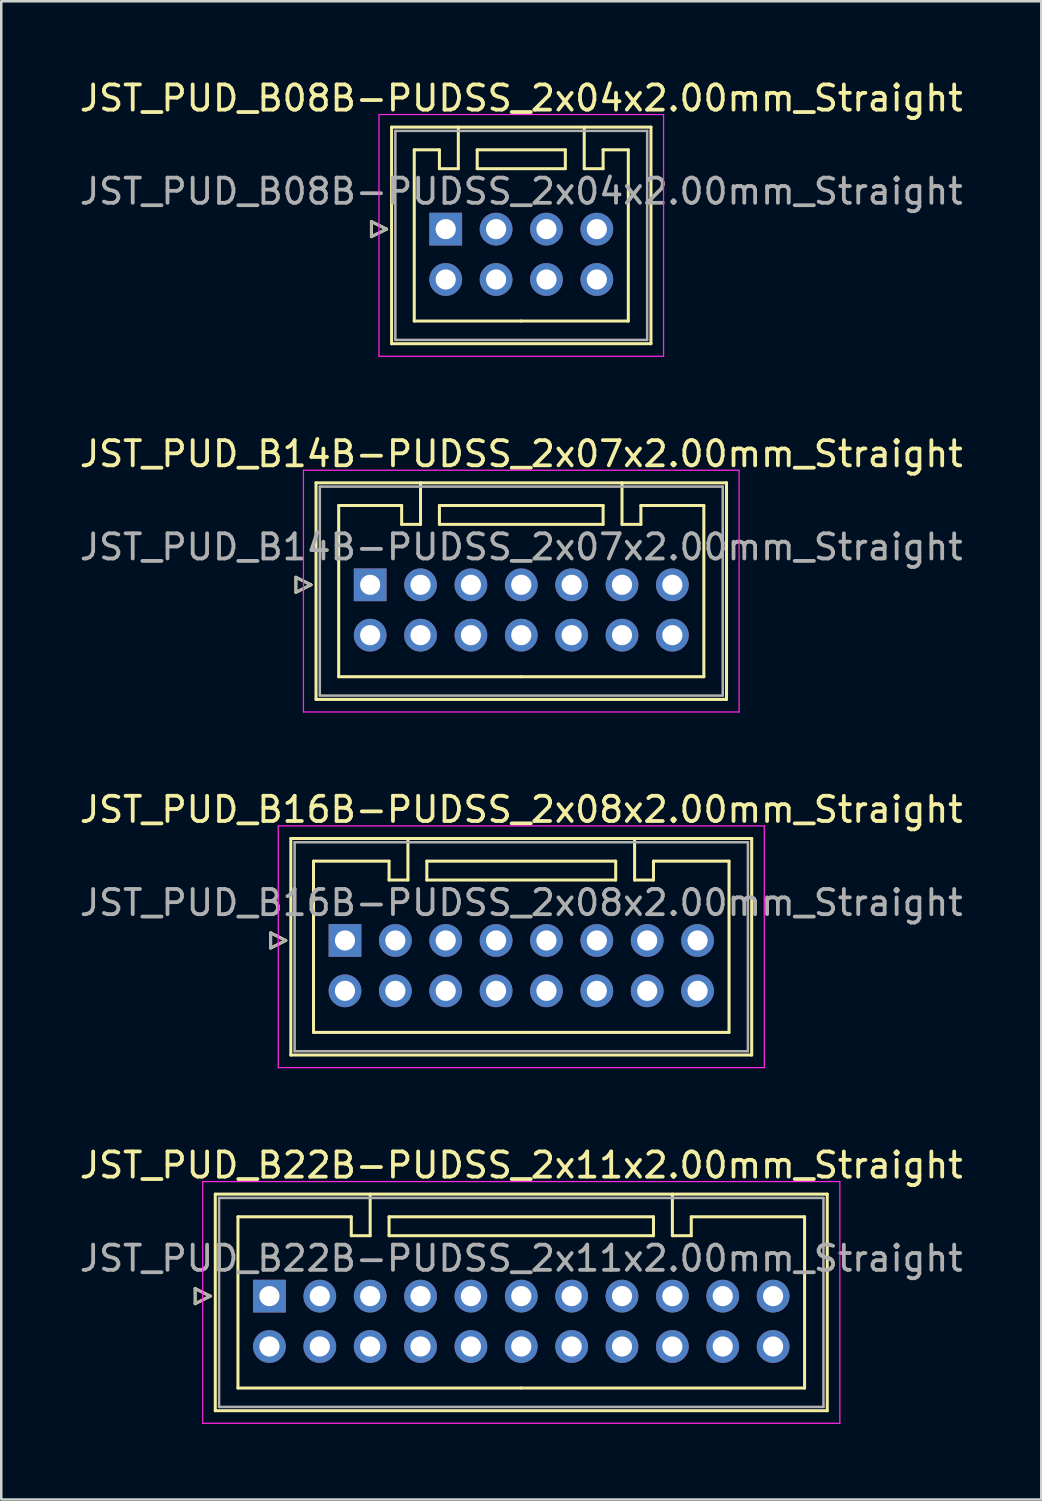
<source format=kicad_pcb>
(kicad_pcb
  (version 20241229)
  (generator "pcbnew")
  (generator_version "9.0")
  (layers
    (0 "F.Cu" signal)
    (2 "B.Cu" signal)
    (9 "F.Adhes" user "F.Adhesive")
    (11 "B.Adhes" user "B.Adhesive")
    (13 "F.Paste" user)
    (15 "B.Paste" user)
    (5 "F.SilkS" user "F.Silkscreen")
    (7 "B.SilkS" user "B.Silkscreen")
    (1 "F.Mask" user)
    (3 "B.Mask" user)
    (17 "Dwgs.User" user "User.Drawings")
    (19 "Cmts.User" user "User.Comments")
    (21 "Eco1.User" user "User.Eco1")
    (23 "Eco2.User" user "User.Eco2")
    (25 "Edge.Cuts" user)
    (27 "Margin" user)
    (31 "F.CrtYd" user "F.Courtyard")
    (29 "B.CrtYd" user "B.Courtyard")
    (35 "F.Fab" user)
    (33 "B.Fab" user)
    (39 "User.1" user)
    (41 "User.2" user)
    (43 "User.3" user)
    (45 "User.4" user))
  (footprint "JST_PUD_B08B-PUDSS_2x04x2.00mm_Straight"
    (layer "F.Cu")
    (at 14.649 6.048)
    (property "Reference" "JST_PUD_B08B-PUDSS_2x04x2.00mm_Straight" (at 3 -5.2 0) (layer "F.SilkS") (effects (font (size 1 1) (thickness 0.15))))
    (attr through_hole)
    (fp_line (start -2.95 -0.3) (end -2.35 0) (stroke (width 0.12) (type solid)) (layer "F.SilkS"))
    (fp_line (start -2.95 0.3) (end -2.95 -0.3) (stroke (width 0.12) (type solid)) (layer "F.SilkS"))
    (fp_line (start -2.35 0) (end -2.95 0.3) (stroke (width 0.12) (type solid)) (layer "F.SilkS"))
    (fp_line (start -2.15 -4.05) (end -2.15 4.55) (stroke (width 0.12) (type solid)) (layer "F.SilkS"))
    (fp_line (start -2.15 4.55) (end 8.15 4.55) (stroke (width 0.12) (type solid)) (layer "F.SilkS"))
    (fp_line (start -1.25 -3.15) (end -1.25 3.65) (stroke (width 0.12) (type solid)) (layer "F.SilkS"))
    (fp_line (start -1.25 3.65) (end 3 3.65) (stroke (width 0.12) (type solid)) (layer "F.SilkS"))
    (fp_line (start -0.25 -3.15) (end -1.25 -3.15) (stroke (width 0.12) (type solid)) (layer "F.SilkS"))
    (fp_line (start -0.25 -2.4) (end -0.25 -3.15) (stroke (width 0.12) (type solid)) (layer "F.SilkS"))
    (fp_line (start 0.5 -4.05) (end 0.5 -2.4) (stroke (width 0.12) (type solid)) (layer "F.SilkS"))
    (fp_line (start 0.5 -2.4) (end -0.25 -2.4) (stroke (width 0.12) (type solid)) (layer "F.SilkS"))
    (fp_line (start 1.25 -3.15) (end 1.25 -2.4) (stroke (width 0.12) (type solid)) (layer "F.SilkS"))
    (fp_line (start 1.25 -2.4) (end 4.75 -2.4) (stroke (width 0.12) (type solid)) (layer "F.SilkS"))
    (fp_line (start 4.75 -3.15) (end 1.25 -3.15) (stroke (width 0.12) (type solid)) (layer "F.SilkS"))
    (fp_line (start 4.75 -2.4) (end 4.75 -3.15) (stroke (width 0.12) (type solid)) (layer "F.SilkS"))
    (fp_line (start 5.5 -4.05) (end 5.5 -2.4) (stroke (width 0.12) (type solid)) (layer "F.SilkS"))
    (fp_line (start 5.5 -2.4) (end 6.25 -2.4) (stroke (width 0.12) (type solid)) (layer "F.SilkS"))
    (fp_line (start 6.25 -3.15) (end 7.25 -3.15) (stroke (width 0.12) (type solid)) (layer "F.SilkS"))
    (fp_line (start 6.25 -2.4) (end 6.25 -3.15) (stroke (width 0.12) (type solid)) (layer "F.SilkS"))
    (fp_line (start 7.25 -3.15) (end 7.25 3.65) (stroke (width 0.12) (type solid)) (layer "F.SilkS"))
    (fp_line (start 7.25 3.65) (end 3 3.65) (stroke (width 0.12) (type solid)) (layer "F.SilkS"))
    (fp_line (start 8.15 -4.05) (end -2.15 -4.05) (stroke (width 0.12) (type solid)) (layer "F.SilkS"))
    (fp_line (start 8.15 4.55) (end 8.15 -4.05) (stroke (width 0.12) (type solid)) (layer "F.SilkS"))
    (fp_line (start -2.65 -4.55) (end -2.65 5.05) (stroke (width 0.05) (type solid)) (layer "F.CrtYd"))
    (fp_line (start -2.65 5.05) (end 8.65 5.05) (stroke (width 0.05) (type solid)) (layer "F.CrtYd"))
    (fp_line (start 8.65 -4.55) (end -2.65 -4.55) (stroke (width 0.05) (type solid)) (layer "F.CrtYd"))
    (fp_line (start 8.65 5.05) (end 8.65 -4.55) (stroke (width 0.05) (type solid)) (layer "F.CrtYd"))
    (fp_line (start -2.95 -0.3) (end -2.35 0) (stroke (width 0.1) (type solid)) (layer "F.Fab"))
    (fp_line (start -2.95 0.3) (end -2.95 -0.3) (stroke (width 0.1) (type solid)) (layer "F.Fab"))
    (fp_line (start -2.35 0) (end -2.95 0.3) (stroke (width 0.1) (type solid)) (layer "F.Fab"))
    (fp_line (start -2 -3.9) (end -2 4.4) (stroke (width 0.1) (type solid)) (layer "F.Fab"))
    (fp_line (start -2 4.4) (end 8 4.4) (stroke (width 0.1) (type solid)) (layer "F.Fab"))
    (fp_line (start 8 -3.9) (end -2 -3.9) (stroke (width 0.1) (type solid)) (layer "F.Fab"))
    (fp_line (start 8 4.4) (end 8 -3.9) (stroke (width 0.1) (type solid)) (layer "F.Fab"))
    (fp_text user "${REFERENCE}" (at 3 -1.5 0) (layer "F.Fab") (effects (font (size 1 1) (thickness 0.15))))
    (pad "1" thru_hole rect (at 0 0) (size 1.3 1.3) (drill 0.8) (layers "*.Cu" "*.Mask"))
    (pad "2" thru_hole circle (at 0 2) (size 1.3 1.3) (drill 0.8) (layers "*.Cu" "*.Mask"))
    (pad "3" thru_hole circle (at 2 0) (size 1.3 1.3) (drill 0.8) (layers "*.Cu" "*.Mask"))
    (pad "4" thru_hole circle (at 2 2) (size 1.3 1.3) (drill 0.8) (layers "*.Cu" "*.Mask"))
    (pad "5" thru_hole circle (at 4 0) (size 1.3 1.3) (drill 0.8) (layers "*.Cu" "*.Mask"))
    (pad "6" thru_hole circle (at 4 2) (size 1.3 1.3) (drill 0.8) (layers "*.Cu" "*.Mask"))
    (pad "7" thru_hole circle (at 6 0) (size 1.3 1.3) (drill 0.8) (layers "*.Cu" "*.Mask"))
    (pad "8" thru_hole circle (at 6 2) (size 1.3 1.3) (drill 0.8) (layers "*.Cu" "*.Mask")))
  (footprint "JST_PUD_B16B-PUDSS_2x08x2.00mm_Straight"
    (layer "F.Cu")
    (at 10.649 34.295)
    (property "Reference" "JST_PUD_B16B-PUDSS_2x08x2.00mm_Straight" (at 7 -5.2 0) (layer "F.SilkS") (effects (font (size 1 1) (thickness 0.15))))
    (attr through_hole)
    (fp_line (start -2.95 -0.3) (end -2.35 0) (stroke (width 0.12) (type solid)) (layer "F.SilkS"))
    (fp_line (start -2.95 0.3) (end -2.95 -0.3) (stroke (width 0.12) (type solid)) (layer "F.SilkS"))
    (fp_line (start -2.35 0) (end -2.95 0.3) (stroke (width 0.12) (type solid)) (layer "F.SilkS"))
    (fp_line (start -2.15 -4.05) (end -2.15 4.55) (stroke (width 0.12) (type solid)) (layer "F.SilkS"))
    (fp_line (start -2.15 4.55) (end 16.15 4.55) (stroke (width 0.12) (type solid)) (layer "F.SilkS"))
    (fp_line (start -1.25 -3.15) (end -1.25 3.65) (stroke (width 0.12) (type solid)) (layer "F.SilkS"))
    (fp_line (start -1.25 3.65) (end 7 3.65) (stroke (width 0.12) (type solid)) (layer "F.SilkS"))
    (fp_line (start 1.75 -3.15) (end -1.25 -3.15) (stroke (width 0.12) (type solid)) (layer "F.SilkS"))
    (fp_line (start 1.75 -2.4) (end 1.75 -3.15) (stroke (width 0.12) (type solid)) (layer "F.SilkS"))
    (fp_line (start 2.5 -4.05) (end 2.5 -2.4) (stroke (width 0.12) (type solid)) (layer "F.SilkS"))
    (fp_line (start 2.5 -2.4) (end 1.75 -2.4) (stroke (width 0.12) (type solid)) (layer "F.SilkS"))
    (fp_line (start 3.25 -3.15) (end 3.25 -2.4) (stroke (width 0.12) (type solid)) (layer "F.SilkS"))
    (fp_line (start 3.25 -2.4) (end 10.75 -2.4) (stroke (width 0.12) (type solid)) (layer "F.SilkS"))
    (fp_line (start 10.75 -3.15) (end 3.25 -3.15) (stroke (width 0.12) (type solid)) (layer "F.SilkS"))
    (fp_line (start 10.75 -2.4) (end 10.75 -3.15) (stroke (width 0.12) (type solid)) (layer "F.SilkS"))
    (fp_line (start 11.5 -4.05) (end 11.5 -2.4) (stroke (width 0.12) (type solid)) (layer "F.SilkS"))
    (fp_line (start 11.5 -2.4) (end 12.25 -2.4) (stroke (width 0.12) (type solid)) (layer "F.SilkS"))
    (fp_line (start 12.25 -3.15) (end 15.25 -3.15) (stroke (width 0.12) (type solid)) (layer "F.SilkS"))
    (fp_line (start 12.25 -2.4) (end 12.25 -3.15) (stroke (width 0.12) (type solid)) (layer "F.SilkS"))
    (fp_line (start 15.25 -3.15) (end 15.25 3.65) (stroke (width 0.12) (type solid)) (layer "F.SilkS"))
    (fp_line (start 15.25 3.65) (end 7 3.65) (stroke (width 0.12) (type solid)) (layer "F.SilkS"))
    (fp_line (start 16.15 -4.05) (end -2.15 -4.05) (stroke (width 0.12) (type solid)) (layer "F.SilkS"))
    (fp_line (start 16.15 4.55) (end 16.15 -4.05) (stroke (width 0.12) (type solid)) (layer "F.SilkS"))
    (fp_line (start -2.65 -4.55) (end -2.65 5.05) (stroke (width 0.05) (type solid)) (layer "F.CrtYd"))
    (fp_line (start -2.65 5.05) (end 16.65 5.05) (stroke (width 0.05) (type solid)) (layer "F.CrtYd"))
    (fp_line (start 16.65 -4.55) (end -2.65 -4.55) (stroke (width 0.05) (type solid)) (layer "F.CrtYd"))
    (fp_line (start 16.65 5.05) (end 16.65 -4.55) (stroke (width 0.05) (type solid)) (layer "F.CrtYd"))
    (fp_line (start -2.95 -0.3) (end -2.35 0) (stroke (width 0.1) (type solid)) (layer "F.Fab"))
    (fp_line (start -2.95 0.3) (end -2.95 -0.3) (stroke (width 0.1) (type solid)) (layer "F.Fab"))
    (fp_line (start -2.35 0) (end -2.95 0.3) (stroke (width 0.1) (type solid)) (layer "F.Fab"))
    (fp_line (start -2 -3.9) (end -2 4.4) (stroke (width 0.1) (type solid)) (layer "F.Fab"))
    (fp_line (start -2 4.4) (end 16 4.4) (stroke (width 0.1) (type solid)) (layer "F.Fab"))
    (fp_line (start 16 -3.9) (end -2 -3.9) (stroke (width 0.1) (type solid)) (layer "F.Fab"))
    (fp_line (start 16 4.4) (end 16 -3.9) (stroke (width 0.1) (type solid)) (layer "F.Fab"))
    (fp_text user "${REFERENCE}" (at 7 -1.5 0) (layer "F.Fab") (effects (font (size 1 1) (thickness 0.15))))
    (pad "1" thru_hole rect (at 0 0) (size 1.3 1.3) (drill 0.8) (layers "*.Cu" "*.Mask"))
    (pad "2" thru_hole circle (at 0 2) (size 1.3 1.3) (drill 0.8) (layers "*.Cu" "*.Mask"))
    (pad "3" thru_hole circle (at 2 0) (size 1.3 1.3) (drill 0.8) (layers "*.Cu" "*.Mask"))
    (pad "4" thru_hole circle (at 2 2) (size 1.3 1.3) (drill 0.8) (layers "*.Cu" "*.Mask"))
    (pad "5" thru_hole circle (at 4 0) (size 1.3 1.3) (drill 0.8) (layers "*.Cu" "*.Mask"))
    (pad "6" thru_hole circle (at 4 2) (size 1.3 1.3) (drill 0.8) (layers "*.Cu" "*.Mask"))
    (pad "7" thru_hole circle (at 6 0) (size 1.3 1.3) (drill 0.8) (layers "*.Cu" "*.Mask"))
    (pad "8" thru_hole circle (at 6 2) (size 1.3 1.3) (drill 0.8) (layers "*.Cu" "*.Mask"))
    (pad "9" thru_hole circle (at 8 0) (size 1.3 1.3) (drill 0.8) (layers "*.Cu" "*.Mask"))
    (pad "10" thru_hole circle (at 8 2) (size 1.3 1.3) (drill 0.8) (layers "*.Cu" "*.Mask"))
    (pad "11" thru_hole circle (at 10 0) (size 1.3 1.3) (drill 0.8) (layers "*.Cu" "*.Mask"))
    (pad "12" thru_hole circle (at 10 2) (size 1.3 1.3) (drill 0.8) (layers "*.Cu" "*.Mask"))
    (pad "13" thru_hole circle (at 12 0) (size 1.3 1.3) (drill 0.8) (layers "*.Cu" "*.Mask"))
    (pad "14" thru_hole circle (at 12 2) (size 1.3 1.3) (drill 0.8) (layers "*.Cu" "*.Mask"))
    (pad "15" thru_hole circle (at 14 0) (size 1.3 1.3) (drill 0.8) (layers "*.Cu" "*.Mask"))
    (pad "16" thru_hole circle (at 14 2) (size 1.3 1.3) (drill 0.8) (layers "*.Cu" "*.Mask")))
  (footprint "JST_PUD_B14B-PUDSS_2x07x2.00mm_Straight"
    (layer "F.Cu")
    (at 11.649 20.172)
    (property "Reference" "JST_PUD_B14B-PUDSS_2x07x2.00mm_Straight" (at 6 -5.2 0) (layer "F.SilkS") (effects (font (size 1 1) (thickness 0.15))))
    (attr through_hole)
    (fp_line (start -2.95 -0.3) (end -2.35 0) (stroke (width 0.12) (type solid)) (layer "F.SilkS"))
    (fp_line (start -2.95 0.3) (end -2.95 -0.3) (stroke (width 0.12) (type solid)) (layer "F.SilkS"))
    (fp_line (start -2.35 0) (end -2.95 0.3) (stroke (width 0.12) (type solid)) (layer "F.SilkS"))
    (fp_line (start -2.15 -4.05) (end -2.15 4.55) (stroke (width 0.12) (type solid)) (layer "F.SilkS"))
    (fp_line (start -2.15 4.55) (end 14.15 4.55) (stroke (width 0.12) (type solid)) (layer "F.SilkS"))
    (fp_line (start -1.25 -3.15) (end -1.25 3.65) (stroke (width 0.12) (type solid)) (layer "F.SilkS"))
    (fp_line (start -1.25 3.65) (end 6 3.65) (stroke (width 0.12) (type solid)) (layer "F.SilkS"))
    (fp_line (start 1.25 -3.15) (end -1.25 -3.15) (stroke (width 0.12) (type solid)) (layer "F.SilkS"))
    (fp_line (start 1.25 -2.4) (end 1.25 -3.15) (stroke (width 0.12) (type solid)) (layer "F.SilkS"))
    (fp_line (start 2 -4.05) (end 2 -2.4) (stroke (width 0.12) (type solid)) (layer "F.SilkS"))
    (fp_line (start 2 -2.4) (end 1.25 -2.4) (stroke (width 0.12) (type solid)) (layer "F.SilkS"))
    (fp_line (start 2.75 -3.15) (end 2.75 -2.4) (stroke (width 0.12) (type solid)) (layer "F.SilkS"))
    (fp_line (start 2.75 -2.4) (end 9.25 -2.4) (stroke (width 0.12) (type solid)) (layer "F.SilkS"))
    (fp_line (start 9.25 -3.15) (end 2.75 -3.15) (stroke (width 0.12) (type solid)) (layer "F.SilkS"))
    (fp_line (start 9.25 -2.4) (end 9.25 -3.15) (stroke (width 0.12) (type solid)) (layer "F.SilkS"))
    (fp_line (start 10 -4.05) (end 10 -2.4) (stroke (width 0.12) (type solid)) (layer "F.SilkS"))
    (fp_line (start 10 -2.4) (end 10.75 -2.4) (stroke (width 0.12) (type solid)) (layer "F.SilkS"))
    (fp_line (start 10.75 -3.15) (end 13.25 -3.15) (stroke (width 0.12) (type solid)) (layer "F.SilkS"))
    (fp_line (start 10.75 -2.4) (end 10.75 -3.15) (stroke (width 0.12) (type solid)) (layer "F.SilkS"))
    (fp_line (start 13.25 -3.15) (end 13.25 3.65) (stroke (width 0.12) (type solid)) (layer "F.SilkS"))
    (fp_line (start 13.25 3.65) (end 6 3.65) (stroke (width 0.12) (type solid)) (layer "F.SilkS"))
    (fp_line (start 14.15 -4.05) (end -2.15 -4.05) (stroke (width 0.12) (type solid)) (layer "F.SilkS"))
    (fp_line (start 14.15 4.55) (end 14.15 -4.05) (stroke (width 0.12) (type solid)) (layer "F.SilkS"))
    (fp_line (start -2.65 -4.55) (end -2.65 5.05) (stroke (width 0.05) (type solid)) (layer "F.CrtYd"))
    (fp_line (start -2.65 5.05) (end 14.65 5.05) (stroke (width 0.05) (type solid)) (layer "F.CrtYd"))
    (fp_line (start 14.65 -4.55) (end -2.65 -4.55) (stroke (width 0.05) (type solid)) (layer "F.CrtYd"))
    (fp_line (start 14.65 5.05) (end 14.65 -4.55) (stroke (width 0.05) (type solid)) (layer "F.CrtYd"))
    (fp_line (start -2.95 -0.3) (end -2.35 0) (stroke (width 0.1) (type solid)) (layer "F.Fab"))
    (fp_line (start -2.95 0.3) (end -2.95 -0.3) (stroke (width 0.1) (type solid)) (layer "F.Fab"))
    (fp_line (start -2.35 0) (end -2.95 0.3) (stroke (width 0.1) (type solid)) (layer "F.Fab"))
    (fp_line (start -2 -3.9) (end -2 4.4) (stroke (width 0.1) (type solid)) (layer "F.Fab"))
    (fp_line (start -2 4.4) (end 14 4.4) (stroke (width 0.1) (type solid)) (layer "F.Fab"))
    (fp_line (start 14 -3.9) (end -2 -3.9) (stroke (width 0.1) (type solid)) (layer "F.Fab"))
    (fp_line (start 14 4.4) (end 14 -3.9) (stroke (width 0.1) (type solid)) (layer "F.Fab"))
    (fp_text user "${REFERENCE}" (at 6 -1.5 0) (layer "F.Fab") (effects (font (size 1 1) (thickness 0.15))))
    (pad "1" thru_hole rect (at 0 0) (size 1.3 1.3) (drill 0.8) (layers "*.Cu" "*.Mask"))
    (pad "2" thru_hole circle (at 0 2) (size 1.3 1.3) (drill 0.8) (layers "*.Cu" "*.Mask"))
    (pad "3" thru_hole circle (at 2 0) (size 1.3 1.3) (drill 0.8) (layers "*.Cu" "*.Mask"))
    (pad "4" thru_hole circle (at 2 2) (size 1.3 1.3) (drill 0.8) (layers "*.Cu" "*.Mask"))
    (pad "5" thru_hole circle (at 4 0) (size 1.3 1.3) (drill 0.8) (layers "*.Cu" "*.Mask"))
    (pad "6" thru_hole circle (at 4 2) (size 1.3 1.3) (drill 0.8) (layers "*.Cu" "*.Mask"))
    (pad "7" thru_hole circle (at 6 0) (size 1.3 1.3) (drill 0.8) (layers "*.Cu" "*.Mask"))
    (pad "8" thru_hole circle (at 6 2) (size 1.3 1.3) (drill 0.8) (layers "*.Cu" "*.Mask"))
    (pad "9" thru_hole circle (at 8 0) (size 1.3 1.3) (drill 0.8) (layers "*.Cu" "*.Mask"))
    (pad "10" thru_hole circle (at 8 2) (size 1.3 1.3) (drill 0.8) (layers "*.Cu" "*.Mask"))
    (pad "11" thru_hole circle (at 10 0) (size 1.3 1.3) (drill 0.8) (layers "*.Cu" "*.Mask"))
    (pad "12" thru_hole circle (at 10 2) (size 1.3 1.3) (drill 0.8) (layers "*.Cu" "*.Mask"))
    (pad "13" thru_hole circle (at 12 0) (size 1.3 1.3) (drill 0.8) (layers "*.Cu" "*.Mask"))
    (pad "14" thru_hole circle (at 12 2) (size 1.3 1.3) (drill 0.8) (layers "*.Cu" "*.Mask")))
  (footprint "JST_PUD_B22B-PUDSS_2x11x2.00mm_Straight"
    (layer "F.Cu")
    (at 7.649 48.418)
    (property "Reference" "JST_PUD_B22B-PUDSS_2x11x2.00mm_Straight" (at 10 -5.2 0) (layer "F.SilkS") (effects (font (size 1 1) (thickness 0.15))))
    (attr through_hole)
    (fp_line (start -2.95 -0.3) (end -2.35 0) (stroke (width 0.12) (type solid)) (layer "F.SilkS"))
    (fp_line (start -2.95 0.3) (end -2.95 -0.3) (stroke (width 0.12) (type solid)) (layer "F.SilkS"))
    (fp_line (start -2.35 0) (end -2.95 0.3) (stroke (width 0.12) (type solid)) (layer "F.SilkS"))
    (fp_line (start -2.15 -4.05) (end -2.15 4.55) (stroke (width 0.12) (type solid)) (layer "F.SilkS"))
    (fp_line (start -2.15 4.55) (end 22.15 4.55) (stroke (width 0.12) (type solid)) (layer "F.SilkS"))
    (fp_line (start -1.25 -3.15) (end -1.25 3.65) (stroke (width 0.12) (type solid)) (layer "F.SilkS"))
    (fp_line (start -1.25 3.65) (end 10 3.65) (stroke (width 0.12) (type solid)) (layer "F.SilkS"))
    (fp_line (start 3.25 -3.15) (end -1.25 -3.15) (stroke (width 0.12) (type solid)) (layer "F.SilkS"))
    (fp_line (start 3.25 -2.4) (end 3.25 -3.15) (stroke (width 0.12) (type solid)) (layer "F.SilkS"))
    (fp_line (start 4 -4.05) (end 4 -2.4) (stroke (width 0.12) (type solid)) (layer "F.SilkS"))
    (fp_line (start 4 -2.4) (end 3.25 -2.4) (stroke (width 0.12) (type solid)) (layer "F.SilkS"))
    (fp_line (start 4.75 -3.15) (end 4.75 -2.4) (stroke (width 0.12) (type solid)) (layer "F.SilkS"))
    (fp_line (start 4.75 -2.4) (end 15.25 -2.4) (stroke (width 0.12) (type solid)) (layer "F.SilkS"))
    (fp_line (start 15.25 -3.15) (end 4.75 -3.15) (stroke (width 0.12) (type solid)) (layer "F.SilkS"))
    (fp_line (start 15.25 -2.4) (end 15.25 -3.15) (stroke (width 0.12) (type solid)) (layer "F.SilkS"))
    (fp_line (start 16 -4.05) (end 16 -2.4) (stroke (width 0.12) (type solid)) (layer "F.SilkS"))
    (fp_line (start 16 -2.4) (end 16.75 -2.4) (stroke (width 0.12) (type solid)) (layer "F.SilkS"))
    (fp_line (start 16.75 -3.15) (end 21.25 -3.15) (stroke (width 0.12) (type solid)) (layer "F.SilkS"))
    (fp_line (start 16.75 -2.4) (end 16.75 -3.15) (stroke (width 0.12) (type solid)) (layer "F.SilkS"))
    (fp_line (start 21.25 -3.15) (end 21.25 3.65) (stroke (width 0.12) (type solid)) (layer "F.SilkS"))
    (fp_line (start 21.25 3.65) (end 10 3.65) (stroke (width 0.12) (type solid)) (layer "F.SilkS"))
    (fp_line (start 22.15 -4.05) (end -2.15 -4.05) (stroke (width 0.12) (type solid)) (layer "F.SilkS"))
    (fp_line (start 22.15 4.55) (end 22.15 -4.05) (stroke (width 0.12) (type solid)) (layer "F.SilkS"))
    (fp_line (start -2.65 -4.55) (end -2.65 5.05) (stroke (width 0.05) (type solid)) (layer "F.CrtYd"))
    (fp_line (start -2.65 5.05) (end 22.65 5.05) (stroke (width 0.05) (type solid)) (layer "F.CrtYd"))
    (fp_line (start 22.65 -4.55) (end -2.65 -4.55) (stroke (width 0.05) (type solid)) (layer "F.CrtYd"))
    (fp_line (start 22.65 5.05) (end 22.65 -4.55) (stroke (width 0.05) (type solid)) (layer "F.CrtYd"))
    (fp_line (start -2.95 -0.3) (end -2.35 0) (stroke (width 0.1) (type solid)) (layer "F.Fab"))
    (fp_line (start -2.95 0.3) (end -2.95 -0.3) (stroke (width 0.1) (type solid)) (layer "F.Fab"))
    (fp_line (start -2.35 0) (end -2.95 0.3) (stroke (width 0.1) (type solid)) (layer "F.Fab"))
    (fp_line (start -2 -3.9) (end -2 4.4) (stroke (width 0.1) (type solid)) (layer "F.Fab"))
    (fp_line (start -2 4.4) (end 22 4.4) (stroke (width 0.1) (type solid)) (layer "F.Fab"))
    (fp_line (start 22 -3.9) (end -2 -3.9) (stroke (width 0.1) (type solid)) (layer "F.Fab"))
    (fp_line (start 22 4.4) (end 22 -3.9) (stroke (width 0.1) (type solid)) (layer "F.Fab"))
    (fp_text user "${REFERENCE}" (at 10 -1.5 0) (layer "F.Fab") (effects (font (size 1 1) (thickness 0.15))))
    (pad "1" thru_hole rect (at 0 0) (size 1.3 1.3) (drill 0.8) (layers "*.Cu" "*.Mask"))
    (pad "2" thru_hole circle (at 0 2) (size 1.3 1.3) (drill 0.8) (layers "*.Cu" "*.Mask"))
    (pad "3" thru_hole circle (at 2 0) (size 1.3 1.3) (drill 0.8) (layers "*.Cu" "*.Mask"))
    (pad "4" thru_hole circle (at 2 2) (size 1.3 1.3) (drill 0.8) (layers "*.Cu" "*.Mask"))
    (pad "5" thru_hole circle (at 4 0) (size 1.3 1.3) (drill 0.8) (layers "*.Cu" "*.Mask"))
    (pad "6" thru_hole circle (at 4 2) (size 1.3 1.3) (drill 0.8) (layers "*.Cu" "*.Mask"))
    (pad "7" thru_hole circle (at 6 0) (size 1.3 1.3) (drill 0.8) (layers "*.Cu" "*.Mask"))
    (pad "8" thru_hole circle (at 6 2) (size 1.3 1.3) (drill 0.8) (layers "*.Cu" "*.Mask"))
    (pad "9" thru_hole circle (at 8 0) (size 1.3 1.3) (drill 0.8) (layers "*.Cu" "*.Mask"))
    (pad "10" thru_hole circle (at 8 2) (size 1.3 1.3) (drill 0.8) (layers "*.Cu" "*.Mask"))
    (pad "11" thru_hole circle (at 10 0) (size 1.3 1.3) (drill 0.8) (layers "*.Cu" "*.Mask"))
    (pad "12" thru_hole circle (at 10 2) (size 1.3 1.3) (drill 0.8) (layers "*.Cu" "*.Mask"))
    (pad "13" thru_hole circle (at 12 0) (size 1.3 1.3) (drill 0.8) (layers "*.Cu" "*.Mask"))
    (pad "14" thru_hole circle (at 12 2) (size 1.3 1.3) (drill 0.8) (layers "*.Cu" "*.Mask"))
    (pad "15" thru_hole circle (at 14 0) (size 1.3 1.3) (drill 0.8) (layers "*.Cu" "*.Mask"))
    (pad "16" thru_hole circle (at 14 2) (size 1.3 1.3) (drill 0.8) (layers "*.Cu" "*.Mask"))
    (pad "17" thru_hole circle (at 16 0) (size 1.3 1.3) (drill 0.8) (layers "*.Cu" "*.Mask"))
    (pad "18" thru_hole circle (at 16 2) (size 1.3 1.3) (drill 0.8) (layers "*.Cu" "*.Mask"))
    (pad "19" thru_hole circle (at 18 0) (size 1.3 1.3) (drill 0.8) (layers "*.Cu" "*.Mask"))
    (pad "20" thru_hole circle (at 18 2) (size 1.3 1.3) (drill 0.8) (layers "*.Cu" "*.Mask"))
    (pad "21" thru_hole circle (at 20 0) (size 1.3 1.3) (drill 0.8) (layers "*.Cu" "*.Mask"))
    (pad "22" thru_hole circle (at 20 2) (size 1.3 1.3) (drill 0.8) (layers "*.Cu" "*.Mask")))
  (gr_rect
    (start -3 -3)
    (end 38.298 56.493)
    (stroke (width 0.1) (type default))
    (fill no)
    (layer "Edge.Cuts")))
</source>
